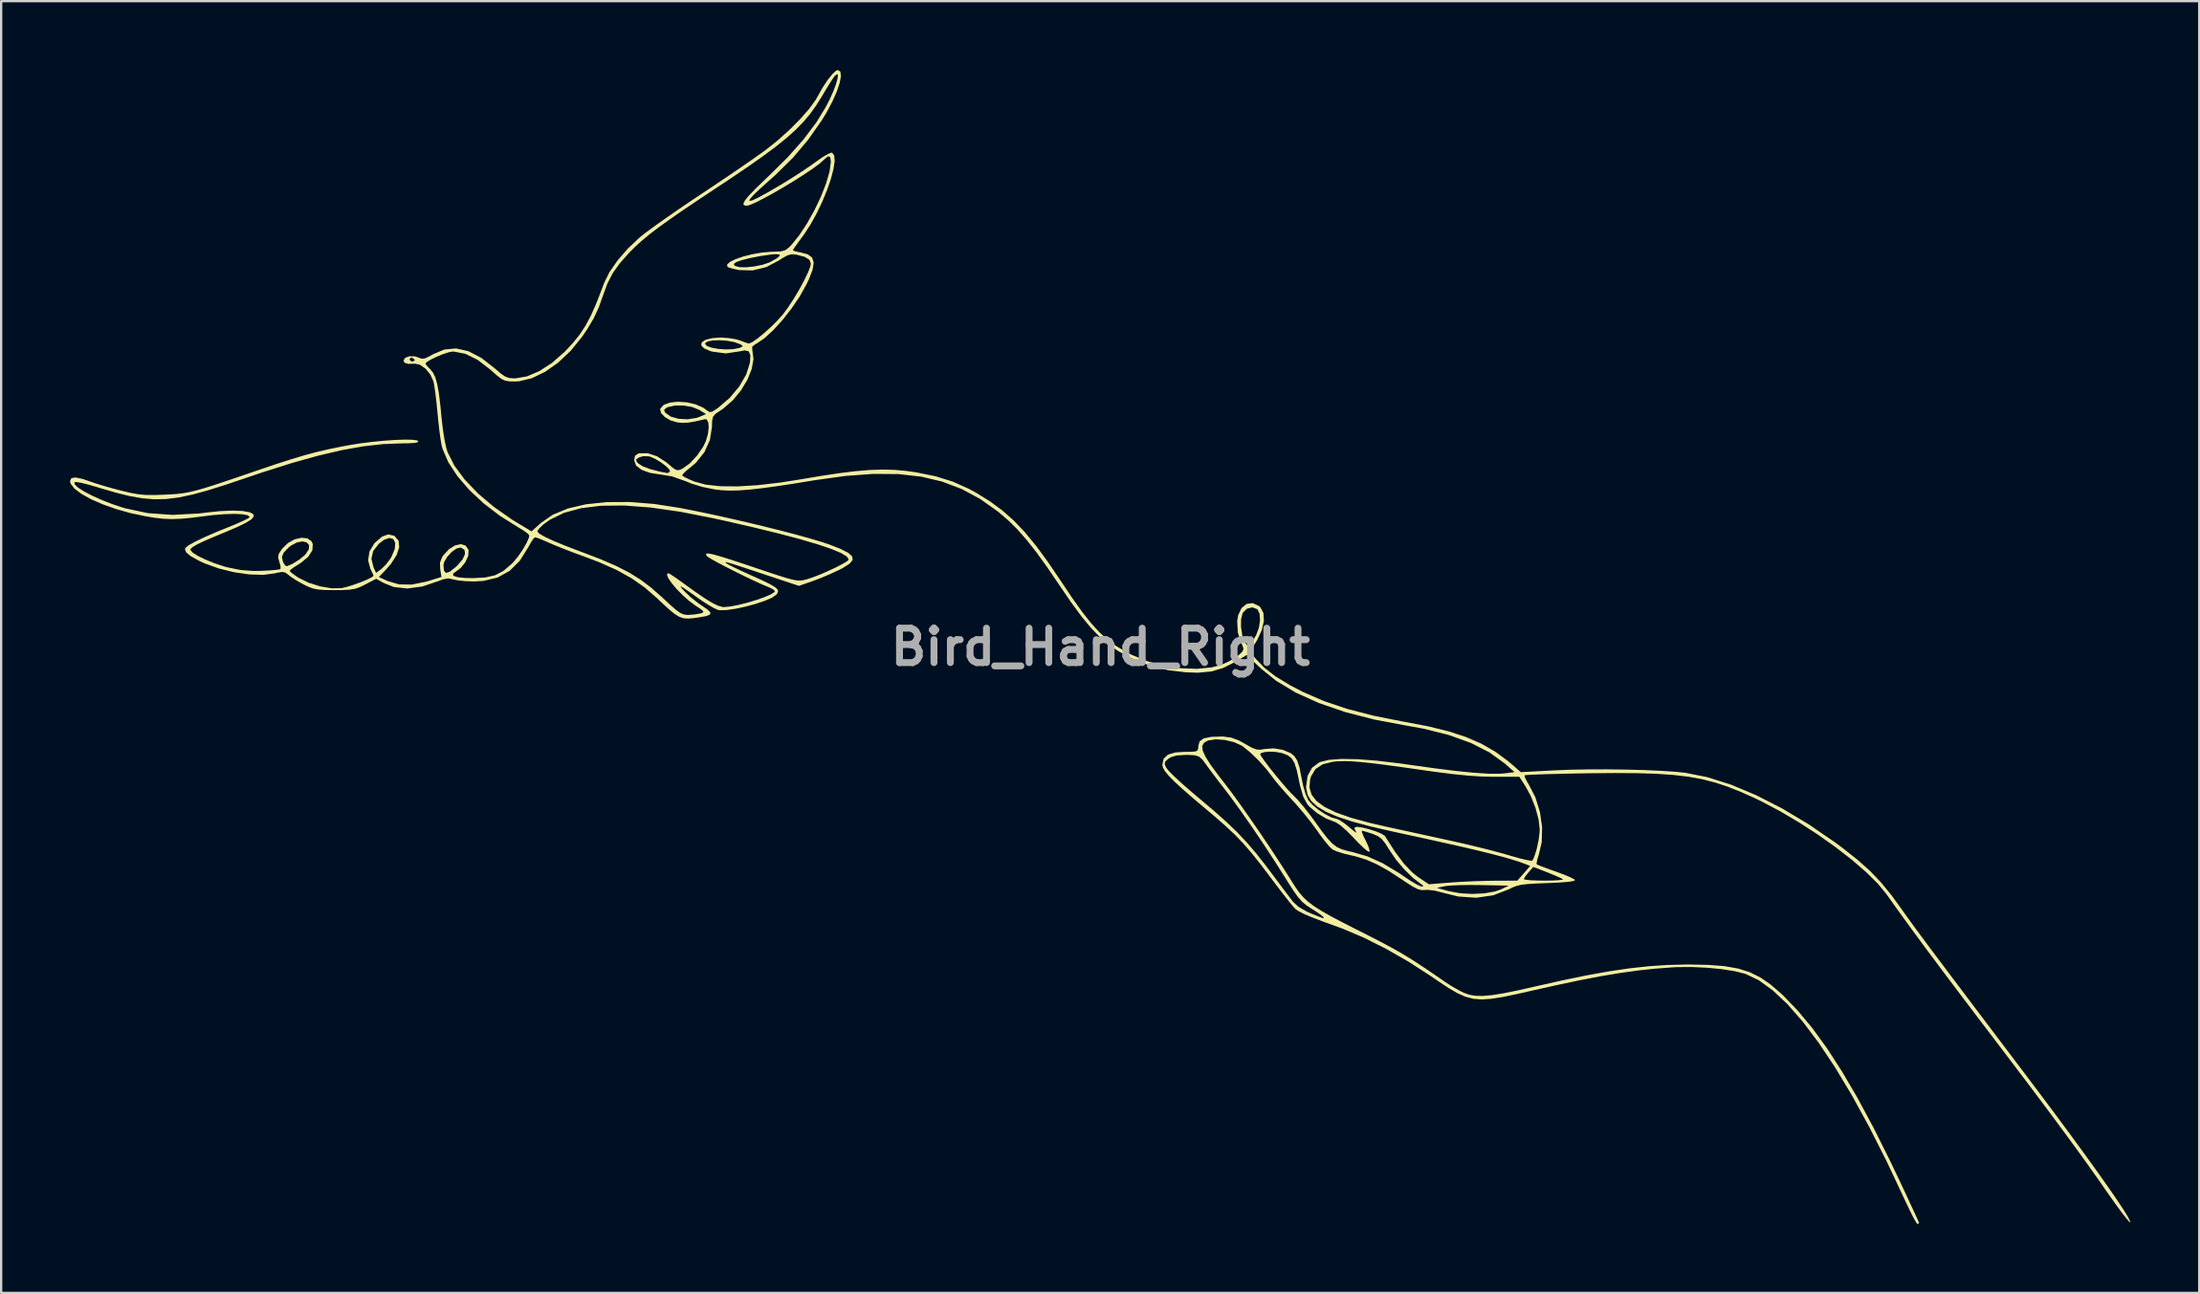
<source format=kicad_pcb>
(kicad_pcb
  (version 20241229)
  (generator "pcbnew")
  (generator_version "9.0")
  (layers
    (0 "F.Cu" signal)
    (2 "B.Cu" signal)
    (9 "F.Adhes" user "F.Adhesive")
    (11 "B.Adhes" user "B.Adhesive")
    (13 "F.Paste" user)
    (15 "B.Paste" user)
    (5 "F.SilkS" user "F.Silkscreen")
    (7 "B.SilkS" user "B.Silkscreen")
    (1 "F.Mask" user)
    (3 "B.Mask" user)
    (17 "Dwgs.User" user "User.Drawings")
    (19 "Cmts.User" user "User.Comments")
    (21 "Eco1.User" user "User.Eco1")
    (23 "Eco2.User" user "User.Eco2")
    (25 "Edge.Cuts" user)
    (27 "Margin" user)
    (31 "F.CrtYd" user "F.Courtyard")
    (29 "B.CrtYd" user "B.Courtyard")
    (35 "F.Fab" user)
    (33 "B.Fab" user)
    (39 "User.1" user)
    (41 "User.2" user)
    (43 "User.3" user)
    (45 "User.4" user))
  (footprint "Bird_Hand_Right"
    (layer "F.Cu")
    (at 44.885 25.139)
    (property "Reference" "Bird_Hand_Right" (at 0 0 0) (layer "F.Fab") (effects (font (size 1.5 1.5) (thickness 0.3))))
    (attr board_only exclude_from_pos_files exclude_from_bom)
    (fp_poly (pts (xy -11.328 -25.069) (xy -11.303 -24.875) (xy -11.357 -24.579) (xy -11.483 -24.203) (xy -11.673 -23.771) (xy -11.921 -23.304) (xy -12.136 -22.95) (xy -12.735 -22.096) (xy -13.388 -21.323) (xy -14.145 -20.576) (xy -14.413 -20.336) (xy -14.835 -19.959) (xy -15.123 -19.683) (xy -15.276 -19.508) (xy -15.292 -19.433) (xy -15.169 -19.457) (xy -14.906 -19.58) (xy -14.501 -19.801) (xy -13.954 -20.12) (xy -13.933 -20.132) (xy -13.497 -20.399) (xy -13.051 -20.685) (xy -12.652 -20.954) (xy -12.386 -21.145) (xy -12.107 -21.341) (xy -11.869 -21.48) (xy -11.714 -21.539) (xy -11.688 -21.537) (xy -11.594 -21.413) (xy -11.577 -21.163) (xy -11.63 -20.813) (xy -11.743 -20.385) (xy -11.908 -19.907) (xy -12.117 -19.401) (xy -12.36 -18.893) (xy -12.628 -18.408) (xy -12.913 -17.97) (xy -12.991 -17.864) (xy -13.183 -17.605) (xy -13.326 -17.403) (xy -13.394 -17.295) (xy -13.396 -17.288) (xy -13.319 -17.249) (xy -13.129 -17.204) (xy -13.063 -17.192) (xy -12.749 -17.109) (xy -12.559 -16.968) (xy -12.489 -16.752) (xy -12.536 -16.443) (xy -12.697 -16.024) (xy -12.81 -15.788) (xy -13.1 -15.271) (xy -13.454 -14.749) (xy -13.845 -14.251) (xy -14.245 -13.81) (xy -14.629 -13.458) (xy -14.969 -13.224) (xy -15.024 -13.197) (xy -15.167 -13.091) (xy -15.165 -12.938) (xy -15.161 -12.925) (xy -15.112 -12.549) (xy -15.19 -12.11) (xy -15.379 -11.642) (xy -15.659 -11.177) (xy -16.014 -10.749) (xy -16.425 -10.391) (xy -16.549 -10.307) (xy -16.759 -10.166) (xy -16.87 -10.041) (xy -16.913 -9.87) (xy -16.922 -9.589) (xy -16.922 -9.582) (xy -17.01 -9.022) (xy -17.249 -8.491) (xy -17.619 -8.028) (xy -17.848 -7.834) (xy -18.06 -7.663) (xy -18.192 -7.528) (xy -18.216 -7.469) (xy -18.12 -7.405) (xy -17.91 -7.304) (xy -17.678 -7.206) (xy -17.195 -7.075) (xy -16.565 -7.006) (xy -15.803 -6.998) (xy -14.925 -7.052) (xy -13.944 -7.166) (xy -13.178 -7.286) (xy -12.203 -7.45) (xy -11.371 -7.575) (xy -10.657 -7.662) (xy -10.035 -7.714) (xy -9.479 -7.732) (xy -8.964 -7.718) (xy -8.465 -7.673) (xy -8.026 -7.611) (xy -7.17 -7.437) (xy -6.422 -7.203) (xy -5.722 -6.889) (xy -5.387 -6.705) (xy -4.802 -6.34) (xy -4.272 -5.95) (xy -3.775 -5.511) (xy -3.29 -5.002) (xy -2.796 -4.401) (xy -2.271 -3.685) (xy -1.715 -2.863) (xy -1.222 -2.129) (xy -0.793 -1.528) (xy -0.406 -1.039) (xy -0.043 -0.641) (xy 0.316 -0.315) (xy 0.691 -0.04) (xy 1.102 0.205) (xy 1.375 0.346) (xy 2.039 0.618) (xy 2.76 0.812) (xy 3.498 0.924) (xy 4.208 0.951) (xy 4.85 0.887) (xy 5.269 0.773) (xy 5.59 0.629) (xy 5.885 0.458) (xy 6.023 0.355) (xy 6.186 0.196) (xy 6.235 0.079) (xy 6.189 -0.067) (xy 6.155 -0.135) (xy 5.987 -0.627) (xy 5.973 -0.867) (xy 6.125 -0.867) (xy 6.182 -0.499) (xy 6.27 -0.236) (xy 6.372 -0.091) (xy 6.488 -0.093) (xy 6.63 -0.251) (xy 6.791 -0.534) (xy 6.906 -0.848) (xy 6.953 -1.175) (xy 6.932 -1.459) (xy 6.839 -1.644) (xy 6.833 -1.649) (xy 6.618 -1.729) (xy 6.387 -1.672) (xy 6.206 -1.496) (xy 6.196 -1.479) (xy 6.128 -1.217) (xy 6.125 -0.867) (xy 5.973 -0.867) (xy 5.957 -1.133) (xy 6.001 -1.389) (xy 6.149 -1.698) (xy 6.37 -1.877) (xy 6.63 -1.913) (xy 6.896 -1.794) (xy 6.969 -1.73) (xy 7.102 -1.48) (xy 7.121 -1.136) (xy 7.028 -0.734) (xy 6.829 -0.306) (xy 6.793 -0.247) (xy 6.515 0.2) (xy 6.766 0.513) (xy 7.138 0.9) (xy 7.628 1.279) (xy 8.257 1.662) (xy 8.829 1.96) (xy 9.73 2.352) (xy 10.741 2.693) (xy 11.881 2.989) (xy 13.171 3.246) (xy 13.265 3.262) (xy 14.293 3.458) (xy 15.173 3.675) (xy 15.933 3.923) (xy 16.597 4.213) (xy 17.193 4.555) (xy 17.747 4.961) (xy 18.003 5.178) (xy 18.311 5.451) (xy 19.789 5.372) (xy 20.48 5.345) (xy 21.251 5.331) (xy 22.065 5.329) (xy 22.887 5.339) (xy 23.68 5.36) (xy 24.406 5.392) (xy 25.03 5.433) (xy 25.487 5.48) (xy 26.444 5.671) (xy 27.477 5.999) (xy 28.567 6.456) (xy 29.697 7.033) (xy 30.849 7.721) (xy 32.003 8.512) (xy 32.314 8.743) (xy 32.97 9.26) (xy 33.517 9.747) (xy 33.999 10.251) (xy 34.462 10.817) (xy 34.883 11.395) (xy 35.016 11.584) (xy 35.162 11.788) (xy 35.327 12.016) (xy 35.518 12.279) (xy 35.744 12.584) (xy 36.011 12.944) (xy 36.327 13.366) (xy 36.699 13.861) (xy 37.133 14.438) (xy 37.638 15.108) (xy 38.22 15.88) (xy 38.888 16.763) (xy 39.647 17.767) (xy 40.322 18.659) (xy 41.073 19.656) (xy 41.774 20.596) (xy 42.418 21.469) (xy 43.001 22.269) (xy 43.516 22.986) (xy 43.957 23.611) (xy 44.318 24.137) (xy 44.593 24.554) (xy 44.775 24.855) (xy 44.86 25.031) (xy 44.865 25.069) (xy 44.809 25.03) (xy 44.67 24.868) (xy 44.464 24.6) (xy 44.206 24.248) (xy 43.911 23.831) (xy 43.846 23.738) (xy 43.454 23.176) (xy 43.048 22.602) (xy 42.616 22.002) (xy 42.148 21.36) (xy 41.632 20.66) (xy 41.058 19.889) (xy 40.413 19.031) (xy 39.687 18.071) (xy 38.869 16.994) (xy 38.58 16.614) (xy 37.613 15.34) (xy 36.751 14.196) (xy 35.988 13.174) (xy 35.321 12.268) (xy 34.744 11.473) (xy 34.253 10.783) (xy 34.244 10.77) (xy 33.871 10.315) (xy 33.361 9.81) (xy 32.738 9.273) (xy 32.028 8.721) (xy 31.254 8.172) (xy 30.439 7.644) (xy 29.609 7.154) (xy 28.788 6.72) (xy 28.497 6.58) (xy 27.895 6.31) (xy 27.33 6.086) (xy 26.777 5.903) (xy 26.213 5.759) (xy 25.615 5.65) (xy 24.959 5.572) (xy 24.22 5.522) (xy 23.377 5.496) (xy 22.404 5.49) (xy 21.42 5.498) (xy 20.728 5.509) (xy 20.092 5.522) (xy 19.533 5.536) (xy 19.072 5.551) (xy 18.73 5.566) (xy 18.526 5.579) (xy 18.478 5.588) (xy 18.492 5.683) (xy 18.584 5.867) (xy 18.653 5.978) (xy 18.948 6.547) (xy 19.147 7.19) (xy 19.241 7.857) (xy 19.224 8.5) (xy 19.1 9.038) (xy 19.027 9.273) (xy 18.998 9.432) (xy 19.005 9.465) (xy 19.101 9.511) (xy 19.323 9.598) (xy 19.635 9.712) (xy 19.85 9.787) (xy 20.195 9.915) (xy 20.472 10.031) (xy 20.644 10.121) (xy 20.68 10.154) (xy 20.609 10.194) (xy 20.377 10.23) (xy 19.994 10.26) (xy 19.475 10.284) (xy 19.467 10.284) (xy 18.964 10.304) (xy 18.598 10.327) (xy 18.331 10.359) (xy 18.125 10.408) (xy 17.945 10.478) (xy 17.789 10.556) (xy 17.107 10.818) (xy 16.367 10.923) (xy 15.582 10.869) (xy 14.886 10.696) (xy 14.568 10.615) (xy 14.272 10.579) (xy 14.14 10.585) (xy 13.984 10.59) (xy 13.811 10.542) (xy 13.717 10.493) (xy 14.657 10.493) (xy 15.179 10.636) (xy 15.661 10.726) (xy 16.194 10.757) (xy 16.72 10.732) (xy 17.18 10.652) (xy 17.441 10.561) (xy 17.789 10.395) (xy 16.567 10.371) (xy 16.09 10.367) (xy 15.647 10.374) (xy 15.28 10.39) (xy 15.034 10.414) (xy 15.001 10.42) (xy 14.657 10.493) (xy 13.717 10.493) (xy 13.585 10.424) (xy 13.268 10.22) (xy 13.17 10.153) (xy 12.571 9.761) (xy 12.055 9.472) (xy 11.584 9.265) (xy 11.117 9.121) (xy 10.928 9.078) (xy 10.59 8.996) (xy 10.297 8.904) (xy 10.112 8.822) (xy 10.111 8.821) (xy 9.975 8.694) (xy 9.779 8.461) (xy 9.556 8.164) (xy 9.459 8.024) (xy 9.19 7.657) (xy 8.853 7.235) (xy 8.504 6.828) (xy 8.347 6.657) (xy 8.054 6.337) (xy 7.785 6.029) (xy 7.576 5.775) (xy 7.486 5.654) (xy 7.22 5.308) (xy 6.887 4.939) (xy 6.606 4.666) (xy 6.959 4.666) (xy 7.012 4.769) (xy 7.154 4.972) (xy 7.358 5.242) (xy 7.601 5.547) (xy 7.855 5.855) (xy 8.095 6.135) (xy 8.296 6.355) (xy 8.395 6.452) (xy 8.596 6.658) (xy 8.856 6.963) (xy 9.136 7.32) (xy 9.33 7.585) (xy 9.648 8.026) (xy 9.898 8.346) (xy 10.109 8.569) (xy 10.311 8.719) (xy 10.533 8.819) (xy 10.803 8.894) (xy 10.967 8.929) (xy 11.626 9.118) (xy 12.298 9.42) (xy 13.017 9.852) (xy 13.253 10.014) (xy 13.546 10.208) (xy 13.798 10.354) (xy 13.967 10.429) (xy 13.997 10.433) (xy 14.074 10.413) (xy 14.003 10.348) (xy 13.966 10.325) (xy 13.618 10.061) (xy 13.241 9.693) (xy 12.884 9.274) (xy 12.6 8.86) (xy 12.406 8.551) (xy 12.247 8.356) (xy 12.08 8.234) (xy 11.863 8.143) (xy 11.852 8.139) (xy 11.606 8.059) (xy 11.431 8.01) (xy 11.389 8.003) (xy 11.392 8.071) (xy 11.464 8.249) (xy 11.556 8.432) (xy 11.67 8.677) (xy 11.726 8.86) (xy 11.719 8.925) (xy 11.638 8.893) (xy 11.468 8.754) (xy 11.238 8.532) (xy 11.048 8.332) (xy 10.735 8.014) (xy 10.46 7.773) (xy 10.253 7.635) (xy 10.201 7.615) (xy 9.825 7.469) (xy 9.434 7.232) (xy 9.106 6.955) (xy 9.007 6.841) (xy 8.836 6.52) (xy 8.695 6.041) (xy 8.65 5.821) (xy 8.554 5.367) (xy 8.453 5.052) (xy 8.326 4.845) (xy 8.153 4.713) (xy 7.913 4.622) (xy 7.888 4.615) (xy 7.633 4.569) (xy 7.361 4.559) (xy 7.126 4.58) (xy 6.981 4.63) (xy 6.959 4.666) (xy 6.606 4.666) (xy 6.538 4.6) (xy 6.222 4.342) (xy 6.158 4.298) (xy 5.823 4.145) (xy 5.42 4.049) (xy 5.02 4.021) (xy 4.693 4.072) (xy 4.676 4.078) (xy 4.513 4.173) (xy 4.437 4.309) (xy 4.454 4.502) (xy 4.57 4.766) (xy 4.79 5.116) (xy 5.121 5.567) (xy 5.392 5.915) (xy 5.698 6.316) (xy 6.072 6.831) (xy 6.492 7.427) (xy 6.935 8.069) (xy 7.378 8.726) (xy 7.797 9.363) (xy 8.171 9.946) (xy 8.307 10.165) (xy 8.487 10.45) (xy 8.658 10.691) (xy 8.839 10.903) (xy 9.05 11.099) (xy 9.31 11.294) (xy 9.64 11.503) (xy 10.06 11.74) (xy 10.59 12.019) (xy 11.248 12.354) (xy 11.526 12.494) (xy 12.156 12.816) (xy 12.693 13.102) (xy 13.178 13.379) (xy 13.654 13.672) (xy 14.166 14.008) (xy 14.756 14.411) (xy 15.026 14.599) (xy 15.342 14.801) (xy 15.679 14.99) (xy 15.832 15.064) (xy 16.069 15.148) (xy 16.338 15.195) (xy 16.66 15.201) (xy 17.06 15.165) (xy 17.56 15.085) (xy 18.182 14.959) (xy 18.876 14.803) (xy 20.105 14.526) (xy 21.195 14.302) (xy 22.174 14.126) (xy 23.068 13.995) (xy 23.903 13.905) (xy 24.706 13.852) (xy 25.503 13.832) (xy 25.636 13.831) (xy 26.478 13.848) (xy 27.18 13.902) (xy 27.772 14.005) (xy 28.285 14.166) (xy 28.749 14.396) (xy 29.197 14.705) (xy 29.658 15.104) (xy 29.753 15.193) (xy 30.388 15.853) (xy 31.023 16.618) (xy 31.663 17.5) (xy 32.314 18.508) (xy 32.983 19.65) (xy 33.675 20.938) (xy 34.397 22.382) (xy 34.759 23.139) (xy 35.01 23.672) (xy 35.234 24.152) (xy 35.421 24.556) (xy 35.562 24.863) (xy 35.645 25.05) (xy 35.664 25.099) (xy 35.599 25.139) (xy 35.592 25.139) (xy 35.532 25.064) (xy 35.416 24.859) (xy 35.26 24.551) (xy 35.079 24.17) (xy 35.014 24.03) (xy 34.243 22.393) (xy 33.482 20.892) (xy 32.735 19.531) (xy 32.003 18.313) (xy 31.29 17.244) (xy 30.598 16.325) (xy 29.93 15.562) (xy 29.288 14.957) (xy 28.676 14.515) (xy 28.097 14.24) (xy 28.092 14.239) (xy 27.646 14.125) (xy 27.076 14.035) (xy 26.43 13.972) (xy 25.758 13.94) (xy 25.109 13.945) (xy 24.926 13.955) (xy 24.175 14.012) (xy 23.422 14.092) (xy 22.638 14.201) (xy 21.795 14.342) (xy 20.865 14.521) (xy 19.819 14.742) (xy 18.867 14.955) (xy 18.12 15.124) (xy 17.513 15.249) (xy 17.018 15.327) (xy 16.604 15.354) (xy 16.243 15.325) (xy 15.905 15.237) (xy 15.561 15.085) (xy 15.182 14.865) (xy 14.738 14.573) (xy 14.375 14.324) (xy 13.421 13.708) (xy 12.437 13.145) (xy 11.467 12.659) (xy 10.557 12.272) (xy 10.351 12.197) (xy 9.717 11.968) (xy 9.232 11.782) (xy 8.877 11.632) (xy 8.636 11.51) (xy 8.491 11.41) (xy 8.385 11.293) (xy 8.197 11.063) (xy 7.948 10.747) (xy 7.661 10.371) (xy 7.45 10.09) (xy 6.993 9.487) (xy 6.599 8.992) (xy 6.236 8.571) (xy 5.869 8.188) (xy 5.465 7.807) (xy 4.992 7.392) (xy 4.654 7.107) (xy 4.058 6.605) (xy 3.589 6.197) (xy 3.232 5.869) (xy 2.977 5.61) (xy 2.811 5.407) (xy 2.722 5.248) (xy 2.697 5.127) (xy 2.7 5.113) (xy 2.802 5.113) (xy 2.874 5.271) (xy 2.98 5.401) (xy 3.197 5.619) (xy 3.503 5.902) (xy 3.872 6.227) (xy 4.262 6.558) (xy 4.926 7.118) (xy 5.478 7.609) (xy 5.952 8.063) (xy 6.376 8.512) (xy 6.784 8.988) (xy 7.205 9.523) (xy 7.403 9.786) (xy 7.696 10.178) (xy 7.969 10.542) (xy 8.198 10.846) (xy 8.356 11.055) (xy 8.391 11.101) (xy 8.635 11.322) (xy 9.002 11.532) (xy 9.15 11.597) (xy 9.461 11.724) (xy 9.641 11.794) (xy 9.721 11.817) (xy 9.732 11.8) (xy 9.706 11.755) (xy 9.612 11.674) (xy 9.413 11.536) (xy 9.179 11.388) (xy 8.966 11.249) (xy 8.786 11.096) (xy 8.611 10.898) (xy 8.413 10.622) (xy 8.166 10.237) (xy 8.076 10.093) (xy 7.592 9.329) (xy 7.078 8.544) (xy 6.559 7.777) (xy 6.06 7.066) (xy 5.609 6.448) (xy 5.4 6.176) (xy 5.136 5.835) (xy 4.89 5.51) (xy 4.695 5.247) (xy 4.612 5.132) (xy 4.445 4.906) (xy 4.3 4.776) (xy 4.119 4.717) (xy 3.844 4.701) (xy 3.697 4.701) (xy 3.319 4.725) (xy 3.06 4.803) (xy 2.961 4.866) (xy 2.818 4.995) (xy 2.802 5.113) (xy 2.7 5.113) (xy 2.756 4.864) (xy 2.943 4.688) (xy 3.269 4.592) (xy 3.663 4.567) (xy 3.978 4.564) (xy 4.157 4.545) (xy 4.239 4.496) (xy 4.261 4.401) (xy 4.262 4.331) (xy 4.318 4.115) (xy 4.498 3.981) (xy 4.821 3.915) (xy 4.871 3.911) (xy 5.331 3.898) (xy 5.692 3.945) (xy 6.026 4.068) (xy 6.298 4.217) (xy 6.584 4.38) (xy 6.786 4.461) (xy 6.961 4.475) (xy 7.138 4.445) (xy 7.54 4.413) (xy 7.946 4.478) (xy 8.291 4.624) (xy 8.442 4.745) (xy 8.57 4.942) (xy 8.671 5.243) (xy 8.753 5.659) (xy 8.832 6.045) (xy 8.936 6.397) (xy 9.043 6.649) (xy 9.052 6.663) (xy 9.226 6.865) (xy 9.489 7.083) (xy 9.787 7.281) (xy 10.068 7.426) (xy 10.274 7.48) (xy 10.409 7.535) (xy 10.622 7.676) (xy 10.839 7.85) (xy 11.034 8.012) (xy 11.144 8.091) (xy 11.148 8.07) (xy 11.144 8.065) (xy 11.072 7.922) (xy 11.083 7.851) (xy 11.203 7.834) (xy 11.431 7.869) (xy 11.715 7.94) (xy 12.004 8.033) (xy 12.245 8.133) (xy 12.385 8.223) (xy 12.396 8.236) (xy 12.83 8.916) (xy 13.225 9.442) (xy 13.591 9.826) (xy 13.834 10.017) (xy 14.309 10.336) (xy 15.223 10.262) (xy 15.719 10.229) (xy 16.3 10.202) (xy 16.872 10.186) (xy 17.149 10.182) (xy 18.162 10.177) (xy 18.219 10.112) (xy 18.444 10.112) (xy 18.524 10.139) (xy 18.741 10.161) (xy 19.059 10.174) (xy 19.325 10.177) (xy 19.686 10.172) (xy 19.964 10.158) (xy 20.126 10.137) (xy 20.151 10.119) (xy 20.047 10.061) (xy 19.824 9.962) (xy 19.528 9.841) (xy 19.475 9.82) (xy 18.858 9.58) (xy 18.652 9.813) (xy 18.515 9.985) (xy 18.446 10.103) (xy 18.444 10.112) (xy 18.219 10.112) (xy 18.443 9.857) (xy 18.724 9.537) (xy 18.517 9.457) (xy 18.24 9.356) (xy 17.907 9.251) (xy 17.505 9.136) (xy 17.02 9.009) (xy 16.437 8.865) (xy 15.741 8.702) (xy 14.919 8.517) (xy 13.956 8.304) (xy 12.838 8.062) (xy 12.766 8.046) (xy 11.8 7.825) (xy 10.996 7.611) (xy 10.343 7.397) (xy 9.83 7.179) (xy 9.447 6.95) (xy 9.182 6.704) (xy 9.024 6.437) (xy 8.962 6.142) (xy 8.961 6.122) (xy 9.108 6.122) (xy 9.198 6.429) (xy 9.413 6.708) (xy 9.76 6.964) (xy 10.249 7.203) (xy 10.888 7.43) (xy 11.686 7.65) (xy 12.4 7.816) (xy 12.905 7.926) (xy 13.52 8.06) (xy 14.187 8.205) (xy 14.847 8.349) (xy 15.251 8.437) (xy 15.844 8.571) (xy 16.454 8.717) (xy 17.031 8.862) (xy 17.526 8.995) (xy 17.817 9.079) (xy 18.195 9.188) (xy 18.513 9.267) (xy 18.732 9.308) (xy 18.815 9.305) (xy 18.875 9.194) (xy 18.954 8.97) (xy 19.01 8.777) (xy 19.083 8.433) (xy 19.129 8.088) (xy 19.136 7.945) (xy 19.086 7.505) (xy 18.948 6.996) (xy 18.745 6.487) (xy 18.528 6.089) (xy 18.249 5.654) (xy 17.148 5.654) (xy 16.616 5.642) (xy 16.031 5.604) (xy 15.36 5.537) (xy 14.572 5.437) (xy 14.004 5.357) (xy 13.131 5.232) (xy 12.409 5.134) (xy 11.818 5.06) (xy 11.338 5.01) (xy 10.949 4.98) (xy 10.63 4.97) (xy 10.361 4.977) (xy 10.132 4.998) (xy 9.681 5.109) (xy 9.368 5.316) (xy 9.177 5.633) (xy 9.134 5.782) (xy 9.108 6.122) (xy 8.961 6.122) (xy 8.96 6.074) (xy 9.025 5.613) (xy 9.218 5.26) (xy 9.533 5.027) (xy 9.577 5.008) (xy 9.958 4.915) (xy 10.5 4.875) (xy 11.196 4.887) (xy 12.043 4.952) (xy 13.033 5.069) (xy 13.439 5.127) (xy 14.549 5.282) (xy 15.492 5.399) (xy 16.275 5.477) (xy 16.901 5.518) (xy 17.374 5.521) (xy 17.582 5.506) (xy 18.042 5.452) (xy 17.611 5.072) (xy 16.95 4.592) (xy 16.135 4.178) (xy 15.172 3.831) (xy 14.07 3.556) (xy 13.356 3.428) (xy 11.942 3.163) (xy 10.657 2.832) (xy 9.509 2.437) (xy 8.505 1.983) (xy 7.653 1.47) (xy 6.994 0.937) (xy 6.372 0.347) (xy 5.879 0.644) (xy 5.359 0.908) (xy 4.837 1.063) (xy 4.256 1.119) (xy 3.748 1.103) (xy 2.956 1.012) (xy 2.247 0.842) (xy 1.541 0.571) (xy 1.253 0.436) (xy 0.798 0.19) (xy 0.382 -0.09) (xy -0.015 -0.425) (xy -0.412 -0.835) (xy -0.829 -1.34) (xy -1.285 -1.96) (xy -1.787 -2.696) (xy -2.317 -3.475) (xy -2.785 -4.124) (xy -3.211 -4.665) (xy -3.613 -5.121) (xy -4.01 -5.515) (xy -4.423 -5.869) (xy -4.461 -5.9) (xy -5.234 -6.448) (xy -6.038 -6.883) (xy -6.891 -7.207) (xy -7.809 -7.424) (xy -8.808 -7.535) (xy -9.904 -7.543) (xy -11.114 -7.453) (xy -12.439 -7.268) (xy -13.365 -7.117) (xy -14.14 -7) (xy -14.787 -6.913) (xy -15.327 -6.854) (xy -15.779 -6.822) (xy -16.164 -6.816) (xy -16.505 -6.831) (xy -16.788 -6.864) (xy -17.324 -6.971) (xy -17.824 -7.124) (xy -18.05 -7.218) (xy -18.656 -7.433) (xy -19.116 -7.509) (xy -19.613 -7.585) (xy -19.989 -7.72) (xy -20.227 -7.907) (xy -20.311 -8.135) (xy -20.311 -8.138) (xy -20.304 -8.175) (xy -20.224 -8.175) (xy -20.206 -8.083) (xy -20.14 -8.006) (xy -19.946 -7.878) (xy -19.61 -7.751) (xy -19.167 -7.637) (xy -18.859 -7.578) (xy -18.764 -7.629) (xy -18.75 -7.647) (xy -18.784 -7.741) (xy -18.928 -7.884) (xy -19.141 -8.044) (xy -19.379 -8.189) (xy -19.599 -8.29) (xy -19.665 -8.308) (xy -19.913 -8.315) (xy -20.096 -8.263) (xy -20.224 -8.175) (xy -20.304 -8.175) (xy -20.273 -8.335) (xy -20.129 -8.43) (xy -20.094 -8.439) (xy -19.724 -8.446) (xy -19.315 -8.31) (xy -18.906 -8.047) (xy -18.837 -7.988) (xy -18.616 -7.8) (xy -18.472 -7.712) (xy -18.355 -7.708) (xy -18.212 -7.769) (xy -18.199 -7.775) (xy -17.883 -8.004) (xy -17.569 -8.34) (xy -17.307 -8.723) (xy -17.186 -8.976) (xy -17.097 -9.285) (xy -17.064 -9.573) (xy -17.085 -9.798) (xy -17.158 -9.92) (xy -17.223 -9.927) (xy -17.645 -9.829) (xy -17.953 -9.777) (xy -18.2 -9.765) (xy -18.43 -9.787) (xy -18.725 -9.873) (xy -18.974 -10.018) (xy -19.139 -10.192) (xy -19.174 -10.341) (xy -19.005 -10.341) (xy -18.973 -10.234) (xy -18.95 -10.205) (xy -18.714 -10.039) (xy -18.372 -9.943) (xy -17.979 -9.922) (xy -17.594 -9.983) (xy -17.441 -10.037) (xy -17.18 -10.15) (xy -17.484 -10.337) (xy -17.787 -10.459) (xy -18.164 -10.521) (xy -18.542 -10.52) (xy -18.848 -10.451) (xy -18.887 -10.432) (xy -19.005 -10.341) (xy -19.174 -10.341) (xy -19.179 -10.362) (xy -19.173 -10.384) (xy -19.023 -10.55) (xy -18.754 -10.65) (xy -18.406 -10.687) (xy -18.022 -10.661) (xy -17.641 -10.575) (xy -17.306 -10.43) (xy -17.132 -10.304) (xy -17.03 -10.238) (xy -16.915 -10.253) (xy -16.736 -10.362) (xy -16.65 -10.423) (xy -16.146 -10.858) (xy -15.732 -11.352) (xy -15.432 -11.869) (xy -15.271 -12.374) (xy -15.265 -12.409) (xy -15.248 -12.716) (xy -15.318 -12.882) (xy -15.492 -12.924) (xy -15.711 -12.882) (xy -16.316 -12.792) (xy -16.911 -12.87) (xy -16.983 -12.89) (xy -17.267 -13.012) (xy -17.391 -13.145) (xy -17.378 -13.212) (xy -17.223 -13.212) (xy -17.144 -13.118) (xy -16.937 -13.042) (xy -16.648 -12.989) (xy -16.321 -12.966) (xy -16.004 -12.977) (xy -15.74 -13.027) (xy -15.703 -13.04) (xy -15.581 -13.097) (xy -15.613 -13.149) (xy -15.703 -13.197) (xy -15.951 -13.286) (xy -16.259 -13.343) (xy -16.585 -13.366) (xy -16.883 -13.356) (xy -17.109 -13.313) (xy -17.219 -13.234) (xy -17.223 -13.212) (xy -17.378 -13.212) (xy -17.365 -13.274) (xy -17.202 -13.384) (xy -16.912 -13.458) (xy -16.551 -13.483) (xy -16.2 -13.462) (xy -15.868 -13.407) (xy -15.688 -13.352) (xy -15.471 -13.268) (xy -15.326 -13.224) (xy -15.31 -13.222) (xy -15.169 -13.281) (xy -14.942 -13.438) (xy -14.663 -13.665) (xy -14.364 -13.933) (xy -14.079 -14.214) (xy -13.84 -14.48) (xy -13.829 -14.493) (xy -13.599 -14.805) (xy -13.354 -15.18) (xy -13.115 -15.582) (xy -12.902 -15.976) (xy -12.735 -16.323) (xy -12.634 -16.589) (xy -12.613 -16.702) (xy -12.676 -16.871) (xy -12.877 -16.997) (xy -13.233 -17.092) (xy -13.236 -17.093) (xy -13.438 -17.112) (xy -13.621 -17.07) (xy -13.847 -16.946) (xy -13.997 -16.846) (xy -14.558 -16.551) (xy -15.152 -16.407) (xy -15.74 -16.423) (xy -15.77 -16.428) (xy -16.026 -16.486) (xy -16.206 -16.544) (xy -16.249 -16.568) (xy -16.259 -16.67) (xy -16.238 -16.688) (xy -15.972 -16.688) (xy -15.926 -16.613) (xy -15.908 -16.6) (xy -15.722 -16.549) (xy -15.425 -16.545) (xy -15.074 -16.582) (xy -14.722 -16.653) (xy -14.426 -16.753) (xy -14.378 -16.776) (xy -14.087 -16.94) (xy -13.961 -17.05) (xy -14 -17.108) (xy -14.205 -17.114) (xy -14.363 -17.099) (xy -14.822 -17.031) (xy -15.256 -16.947) (xy -15.616 -16.857) (xy -15.855 -16.773) (xy -15.865 -16.768) (xy -15.972 -16.688) (xy -16.238 -16.688) (xy -16.127 -16.785) (xy -15.881 -16.903) (xy -15.552 -17.016) (xy -15.168 -17.112) (xy -14.76 -17.184) (xy -14.357 -17.22) (xy -14.222 -17.223) (xy -13.925 -17.235) (xy -13.732 -17.286) (xy -13.57 -17.405) (xy -13.471 -17.506) (xy -13.122 -17.935) (xy -12.778 -18.457) (xy -12.456 -19.033) (xy -12.173 -19.626) (xy -11.949 -20.199) (xy -11.799 -20.715) (xy -11.743 -21.135) (xy -11.743 -21.147) (xy -11.77 -21.345) (xy -11.858 -21.383) (xy -12.012 -21.262) (xy -12.046 -21.226) (xy -12.23 -21.063) (xy -12.525 -20.845) (xy -12.902 -20.591) (xy -13.333 -20.317) (xy -13.789 -20.041) (xy -14.241 -19.779) (xy -14.659 -19.55) (xy -15.015 -19.369) (xy -15.28 -19.256) (xy -15.41 -19.224) (xy -15.525 -19.246) (xy -15.553 -19.318) (xy -15.486 -19.454) (xy -15.316 -19.663) (xy -15.033 -19.957) (xy -14.63 -20.349) (xy -14.436 -20.532) (xy -13.609 -21.351) (xy -12.926 -22.122) (xy -12.371 -22.861) (xy -11.974 -23.507) (xy -11.79 -23.863) (xy -11.638 -24.203) (xy -11.524 -24.507) (xy -11.453 -24.749) (xy -11.431 -24.909) (xy -11.466 -24.964) (xy -11.563 -24.89) (xy -11.613 -24.828) (xy -11.715 -24.677) (xy -11.875 -24.423) (xy -12.063 -24.111) (xy -12.125 -24.005) (xy -12.371 -23.61) (xy -12.633 -23.242) (xy -12.928 -22.89) (xy -13.27 -22.538) (xy -13.676 -22.174) (xy -14.162 -21.783) (xy -14.743 -21.353) (xy -15.435 -20.869) (xy -16.253 -20.317) (xy -16.701 -20.021) (xy -17.517 -19.48) (xy -18.201 -19.019) (xy -18.772 -18.624) (xy -19.245 -18.282) (xy -19.638 -17.982) (xy -19.968 -17.71) (xy -20.251 -17.454) (xy -20.505 -17.201) (xy -20.536 -17.169) (xy -20.946 -16.707) (xy -21.246 -16.284) (xy -21.473 -15.843) (xy -21.652 -15.359) (xy -21.853 -14.794) (xy -22.077 -14.312) (xy -22.363 -13.833) (xy -22.582 -13.513) (xy -23.076 -12.904) (xy -23.622 -12.39) (xy -24.194 -11.987) (xy -24.768 -11.711) (xy -25.32 -11.579) (xy -25.499 -11.569) (xy -25.748 -11.574) (xy -25.931 -11.605) (xy -26.097 -11.684) (xy -26.294 -11.836) (xy -26.571 -12.082) (xy -26.572 -12.083) (xy -27.126 -12.51) (xy -27.662 -12.775) (xy -28.172 -12.873) (xy -28.212 -12.874) (xy -28.393 -12.841) (xy -28.646 -12.757) (xy -28.922 -12.643) (xy -29.173 -12.521) (xy -29.348 -12.413) (xy -29.401 -12.349) (xy -29.344 -12.259) (xy -29.205 -12.111) (xy -29.19 -12.097) (xy -29.069 -11.949) (xy -28.97 -11.741) (xy -28.888 -11.45) (xy -28.817 -11.05) (xy -28.752 -10.519) (xy -28.703 -10.011) (xy -28.645 -9.499) (xy -28.571 -9.03) (xy -28.49 -8.655) (xy -28.438 -8.489) (xy -28.142 -7.904) (xy -27.695 -7.299) (xy -27.116 -6.694) (xy -26.425 -6.108) (xy -25.64 -5.559) (xy -25.402 -5.412) (xy -24.779 -5.04) (xy -24.365 -5.412) (xy -23.848 -5.767) (xy -23.193 -6.037) (xy -22.411 -6.219) (xy -21.517 -6.314) (xy -20.523 -6.319) (xy -19.443 -6.234) (xy -18.29 -6.056) (xy -18.259 -6.049) (xy -17.469 -5.892) (xy -16.629 -5.713) (xy -15.768 -5.519) (xy -14.913 -5.317) (xy -14.094 -5.115) (xy -13.339 -4.92) (xy -12.676 -4.737) (xy -12.134 -4.575) (xy -11.824 -4.472) (xy -11.322 -4.276) (xy -10.985 -4.104) (xy -10.811 -3.946) (xy -10.794 -3.791) (xy -10.929 -3.628) (xy -11.214 -3.447) (xy -11.373 -3.364) (xy -11.773 -3.179) (xy -12.218 -2.992) (xy -12.547 -2.868) (xy -13.134 -2.665) (xy -14.548 -3.135) (xy -15.145 -3.334) (xy -15.597 -3.483) (xy -15.921 -3.589) (xy -16.137 -3.656) (xy -16.264 -3.69) (xy -16.321 -3.697) (xy -16.327 -3.683) (xy -16.301 -3.653) (xy -16.299 -3.651) (xy -16.191 -3.586) (xy -15.958 -3.468) (xy -15.632 -3.313) (xy -15.248 -3.138) (xy -15.219 -3.125) (xy -14.733 -2.905) (xy -14.39 -2.738) (xy -14.171 -2.609) (xy -14.06 -2.504) (xy -14.039 -2.411) (xy -14.089 -2.315) (xy -14.123 -2.275) (xy -14.31 -2.147) (xy -14.626 -2.011) (xy -15.026 -1.877) (xy -15.466 -1.758) (xy -15.901 -1.666) (xy -16.287 -1.61) (xy -16.58 -1.604) (xy -16.654 -1.616) (xy -16.83 -1.693) (xy -17.097 -1.846) (xy -17.406 -2.048) (xy -17.52 -2.129) (xy -17.895 -2.395) (xy -18.141 -2.564) (xy -18.269 -2.639) (xy -18.289 -2.626) (xy -18.214 -2.531) (xy -18.093 -2.4) (xy -17.831 -2.157) (xy -17.516 -1.909) (xy -17.376 -1.813) (xy -17.114 -1.634) (xy -16.988 -1.506) (xy -17.005 -1.415) (xy -17.175 -1.347) (xy -17.505 -1.289) (xy -17.716 -1.26) (xy -17.957 -1.239) (xy -18.159 -1.253) (xy -18.352 -1.319) (xy -18.566 -1.455) (xy -18.831 -1.676) (xy -19.179 -1.998) (xy -19.311 -2.124) (xy -19.849 -2.593) (xy -20.427 -2.998) (xy -21.082 -3.361) (xy -21.848 -3.702) (xy -22.529 -3.959) (xy -22.974 -4.122) (xy -23.426 -4.296) (xy -23.819 -4.456) (xy -23.999 -4.534) (xy -24.285 -4.659) (xy -24.51 -4.748) (xy -24.626 -4.784) (xy -24.628 -4.784) (xy -24.704 -4.713) (xy -24.824 -4.529) (xy -24.92 -4.353) (xy -25.294 -3.756) (xy -25.737 -3.317) (xy -26.26 -3.027) (xy -26.875 -2.88) (xy -27.285 -2.857) (xy -27.646 -2.869) (xy -27.968 -2.899) (xy -28.187 -2.943) (xy -28.204 -2.948) (xy -28.409 -2.991) (xy -28.638 -2.949) (xy -28.813 -2.881) (xy -29.534 -2.638) (xy -30.193 -2.549) (xy -30.782 -2.615) (xy -31.224 -2.792) (xy -31.549 -2.974) (xy -32.019 -2.727) (xy -32.256 -2.611) (xy -32.467 -2.538) (xy -32.705 -2.498) (xy -33.023 -2.482) (xy -33.359 -2.479) (xy -33.778 -2.484) (xy -34.076 -2.505) (xy -34.307 -2.552) (xy -34.524 -2.635) (xy -34.708 -2.725) (xy -34.998 -2.887) (xy -35.249 -3.048) (xy -35.37 -3.142) (xy -35.5 -3.242) (xy -35.639 -3.272) (xy -35.853 -3.238) (xy -35.965 -3.21) (xy -36.471 -3.144) (xy -37.078 -3.163) (xy -37.737 -3.258) (xy -38.403 -3.422) (xy -39.027 -3.647) (xy -39.28 -3.765) (xy -39.635 -3.965) (xy -39.83 -4.131) (xy -39.877 -4.27) (xy -39.856 -4.319) (xy -39.721 -4.431) (xy -39.434 -4.591) (xy -39.008 -4.794) (xy -38.456 -5.032) (xy -37.991 -5.22) (xy -37.623 -5.372) (xy -37.323 -5.506) (xy -37.124 -5.608) (xy -37.056 -5.661) (xy -37.138 -5.737) (xy -37.366 -5.783) (xy -37.715 -5.801) (xy -38.161 -5.788) (xy -38.678 -5.745) (xy -38.97 -5.709) (xy -39.575 -5.633) (xy -40.056 -5.588) (xy -40.461 -5.574) (xy -40.836 -5.59) (xy -41.231 -5.636) (xy -41.59 -5.695) (xy -42.245 -5.833) (xy -42.875 -6.011) (xy -43.457 -6.216) (xy -43.969 -6.44) (xy -44.388 -6.672) (xy -44.692 -6.901) (xy -44.859 -7.117) (xy -44.885 -7.228) (xy -44.826 -7.357) (xy -44.644 -7.388) (xy -44.33 -7.322) (xy -44.046 -7.224) (xy -43.765 -7.128) (xy -43.377 -7.01) (xy -42.944 -6.888) (xy -42.698 -6.824) (xy -42.262 -6.719) (xy -41.908 -6.655) (xy -41.568 -6.625) (xy -41.175 -6.623) (xy -40.797 -6.636) (xy -40.489 -6.651) (xy -40.218 -6.67) (xy -39.962 -6.701) (xy -39.697 -6.749) (xy -39.401 -6.819) (xy -39.051 -6.917) (xy -38.625 -7.05) (xy -38.1 -7.224) (xy -37.454 -7.443) (xy -36.752 -7.684) (xy -35.948 -7.956) (xy -35.269 -8.175) (xy -34.675 -8.353) (xy -34.129 -8.499) (xy -33.592 -8.624) (xy -33.026 -8.739) (xy -32.75 -8.791) (xy -32.256 -8.871) (xy -31.734 -8.937) (xy -31.215 -8.988) (xy -30.729 -9.022) (xy -30.305 -9.037) (xy -29.974 -9.031) (xy -29.767 -9.002) (xy -29.714 -8.972) (xy -29.737 -8.922) (xy -29.892 -8.89) (xy -30.195 -8.875) (xy -30.441 -8.873) (xy -31.251 -8.841) (xy -32.117 -8.743) (xy -33.056 -8.575) (xy -34.087 -8.334) (xy -35.225 -8.015) (xy -36.488 -7.615) (xy -37.148 -7.392) (xy -38.072 -7.08) (xy -38.862 -6.831) (xy -39.544 -6.644) (xy -40.145 -6.517) (xy -40.692 -6.448) (xy -41.212 -6.436) (xy -41.732 -6.479) (xy -42.278 -6.575) (xy -42.879 -6.723) (xy -43.559 -6.921) (xy -43.732 -6.974) (xy -44.102 -7.081) (xy -44.41 -7.156) (xy -44.618 -7.191) (xy -44.688 -7.185) (xy -44.682 -7.087) (xy -44.536 -6.947) (xy -44.273 -6.778) (xy -43.917 -6.592) (xy -43.493 -6.402) (xy -43.026 -6.22) (xy -42.539 -6.06) (xy -42.493 -6.047) (xy -41.495 -5.833) (xy -40.427 -5.757) (xy -39.273 -5.818) (xy -38.926 -5.86) (xy -38.34 -5.922) (xy -37.816 -5.945) (xy -37.382 -5.928) (xy -37.066 -5.874) (xy -36.905 -5.793) (xy -36.877 -5.691) (xy -36.984 -5.563) (xy -37.234 -5.406) (xy -37.636 -5.212) (xy -38.06 -5.032) (xy -38.635 -4.794) (xy -39.063 -4.608) (xy -39.361 -4.464) (xy -39.544 -4.356) (xy -39.63 -4.274) (xy -39.639 -4.221) (xy -39.531 -4.105) (xy -39.294 -3.959) (xy -38.964 -3.8) (xy -38.579 -3.646) (xy -38.175 -3.513) (xy -38.009 -3.468) (xy -37.445 -3.354) (xy -36.895 -3.314) (xy -36.533 -3.319) (xy -36.185 -3.338) (xy -35.907 -3.362) (xy -35.742 -3.388) (xy -35.717 -3.398) (xy -35.711 -3.505) (xy -35.762 -3.697) (xy -35.769 -3.717) (xy -35.821 -3.904) (xy -35.816 -3.932) (xy -35.654 -3.932) (xy -35.615 -3.731) (xy -35.574 -3.648) (xy -35.509 -3.546) (xy -35.429 -3.525) (xy -35.277 -3.586) (xy -35.161 -3.645) (xy -34.895 -3.81) (xy -34.662 -4.001) (xy -34.634 -4.029) (xy -34.482 -4.258) (xy -34.471 -4.438) (xy -34.572 -4.557) (xy -34.757 -4.601) (xy -34.997 -4.558) (xy -35.263 -4.416) (xy -35.351 -4.345) (xy -35.571 -4.121) (xy -35.654 -3.932) (xy -35.816 -3.932) (xy -35.793 -4.057) (xy -35.668 -4.251) (xy -35.638 -4.291) (xy -35.389 -4.533) (xy -35.099 -4.692) (xy -34.807 -4.761) (xy -34.55 -4.736) (xy -34.367 -4.609) (xy -34.31 -4.487) (xy -34.328 -4.215) (xy -34.505 -3.936) (xy -34.827 -3.666) (xy -34.937 -3.598) (xy -35.154 -3.461) (xy -35.291 -3.354) (xy -35.316 -3.319) (xy -35.249 -3.244) (xy -35.077 -3.115) (xy -34.941 -3.025) (xy -34.496 -2.803) (xy -33.986 -2.642) (xy -33.479 -2.558) (xy -33.065 -2.565) (xy -32.839 -2.616) (xy -32.551 -2.705) (xy -32.244 -2.815) (xy -31.964 -2.929) (xy -31.756 -3.03) (xy -31.664 -3.099) (xy -31.663 -3.104) (xy -31.699 -3.198) (xy -31.787 -3.38) (xy -31.803 -3.41) (xy -31.901 -3.778) (xy -31.89 -3.847) (xy -31.755 -3.847) (xy -31.664 -3.474) (xy -31.652 -3.446) (xy -31.553 -3.23) (xy -31.315 -3.406) (xy -31.119 -3.597) (xy -30.927 -3.854) (xy -30.886 -3.922) (xy -30.74 -4.269) (xy -30.718 -4.535) (xy -30.802 -4.703) (xy -30.973 -4.753) (xy -31.213 -4.667) (xy -31.434 -4.496) (xy -31.68 -4.181) (xy -31.755 -3.847) (xy -31.89 -3.847) (xy -31.842 -4.159) (xy -31.634 -4.51) (xy -31.601 -4.546) (xy -31.295 -4.809) (xy -31.024 -4.908) (xy -30.773 -4.85) (xy -30.738 -4.828) (xy -30.571 -4.627) (xy -30.545 -4.349) (xy -30.655 -4.012) (xy -30.896 -3.634) (xy -31.122 -3.373) (xy -31.432 -3.05) (xy -31.048 -2.875) (xy -30.55 -2.729) (xy -29.994 -2.721) (xy -29.357 -2.851) (xy -29.28 -2.874) (xy -28.705 -3.052) (xy -28.759 -3.39) (xy -28.766 -3.564) (xy -28.618 -3.564) (xy -28.594 -3.326) (xy -28.511 -3.228) (xy -28.357 -3.272) (xy -28.118 -3.456) (xy -28.006 -3.56) (xy -27.78 -3.825) (xy -27.677 -4.059) (xy -27.702 -4.237) (xy -27.859 -4.333) (xy -27.867 -4.335) (xy -28.047 -4.293) (xy -28.257 -4.143) (xy -28.453 -3.931) (xy -28.586 -3.706) (xy -28.618 -3.564) (xy -28.766 -3.564) (xy -28.77 -3.676) (xy -28.677 -3.914) (xy -28.622 -3.997) (xy -28.376 -4.263) (xy -28.111 -4.427) (xy -27.859 -4.482) (xy -27.654 -4.42) (xy -27.528 -4.236) (xy -27.523 -4.216) (xy -27.538 -3.973) (xy -27.664 -3.695) (xy -27.866 -3.444) (xy -28.052 -3.306) (xy -28.202 -3.192) (xy -28.184 -3.104) (xy -27.999 -3.042) (xy -27.651 -3.008) (xy -27.331 -3.002) (xy -26.792 -3.031) (xy -26.367 -3.129) (xy -26.005 -3.317) (xy -25.653 -3.617) (xy -25.561 -3.711) (xy -25.358 -3.958) (xy -25.159 -4.25) (xy -24.994 -4.539) (xy -24.894 -4.774) (xy -24.878 -4.861) (xy -24.948 -4.944) (xy -25.079 -5.039) (xy -24.53 -5.039) (xy -24.448 -4.944) (xy -24.209 -4.804) (xy -23.82 -4.622) (xy -23.292 -4.405) (xy -22.634 -4.154) (xy -22.573 -4.132) (xy -21.768 -3.824) (xy -21.099 -3.535) (xy -20.534 -3.247) (xy -20.038 -2.939) (xy -19.578 -2.593) (xy -19.121 -2.191) (xy -19.091 -2.164) (xy -18.747 -1.844) (xy -18.497 -1.627) (xy -18.314 -1.493) (xy -18.167 -1.425) (xy -18.028 -1.401) (xy -17.943 -1.4) (xy -17.664 -1.422) (xy -17.426 -1.462) (xy -17.41 -1.467) (xy -17.308 -1.505) (xy -17.301 -1.558) (xy -17.407 -1.651) (xy -17.644 -1.809) (xy -17.646 -1.81) (xy -17.921 -2.013) (xy -18.197 -2.258) (xy -18.453 -2.519) (xy -18.666 -2.77) (xy -18.816 -2.987) (xy -18.882 -3.144) (xy -18.842 -3.216) (xy -18.821 -3.218) (xy -18.731 -3.17) (xy -18.537 -3.043) (xy -18.278 -2.86) (xy -18.191 -2.796) (xy -17.653 -2.408) (xy -17.23 -2.12) (xy -16.905 -1.921) (xy -16.658 -1.8) (xy -16.47 -1.746) (xy -16.398 -1.741) (xy -16.12 -1.767) (xy -15.769 -1.834) (xy -15.381 -1.931) (xy -14.995 -2.047) (xy -14.645 -2.169) (xy -14.371 -2.287) (xy -14.208 -2.388) (xy -14.179 -2.436) (xy -14.251 -2.508) (xy -14.429 -2.599) (xy -14.461 -2.612) (xy -14.742 -2.73) (xy -15.102 -2.895) (xy -15.509 -3.089) (xy -15.93 -3.296) (xy -16.334 -3.501) (xy -16.687 -3.687) (xy -16.957 -3.837) (xy -17.113 -3.936) (xy -17.134 -3.955) (xy -17.182 -4.032) (xy -17.161 -4.072) (xy -17.056 -4.073) (xy -16.853 -4.032) (xy -16.538 -3.943) (xy -16.098 -3.805) (xy -15.516 -3.614) (xy -15.066 -3.463) (xy -14.466 -3.261) (xy -14.006 -3.109) (xy -13.661 -3.003) (xy -13.408 -2.935) (xy -13.22 -2.901) (xy -13.075 -2.895) (xy -12.946 -2.912) (xy -12.811 -2.944) (xy -12.806 -2.946) (xy -12.537 -3.033) (xy -12.208 -3.161) (xy -11.856 -3.313) (xy -11.518 -3.472) (xy -11.231 -3.62) (xy -11.033 -3.739) (xy -10.96 -3.812) (xy -11.046 -3.943) (xy -11.303 -4.098) (xy -11.729 -4.276) (xy -12.322 -4.476) (xy -13.082 -4.699) (xy -14.006 -4.944) (xy -15.094 -5.209) (xy -16.343 -5.496) (xy -16.885 -5.615) (xy -18.31 -5.895) (xy -19.593 -6.078) (xy -20.737 -6.165) (xy -21.744 -6.156) (xy -22.618 -6.05) (xy -23.361 -5.848) (xy -23.976 -5.549) (xy -24.275 -5.331) (xy -24.44 -5.174) (xy -24.526 -5.055) (xy -24.53 -5.039) (xy -25.079 -5.039) (xy -25.132 -5.077) (xy -25.378 -5.227) (xy -26.161 -5.718) (xy -26.874 -6.265) (xy -27.498 -6.85) (xy -28.014 -7.451) (xy -28.406 -8.05) (xy -28.655 -8.628) (xy -28.703 -8.81) (xy -28.747 -9.07) (xy -28.798 -9.448) (xy -28.847 -9.889) (xy -28.882 -10.246) (xy -28.925 -10.682) (xy -28.973 -11.084) (xy -29.02 -11.404) (xy -29.054 -11.572) (xy -29.188 -11.869) (xy -29.396 -12.125) (xy -29.636 -12.296) (xy -29.846 -12.344) (xy -30.155 -12.336) (xy -30.318 -12.388) (xy -30.358 -12.481) (xy -30.33 -12.526) (xy -30.097 -12.526) (xy -30.026 -12.45) (xy -29.962 -12.439) (xy -29.872 -12.481) (xy -29.88 -12.526) (xy -29.991 -12.61) (xy -30.015 -12.613) (xy -30.095 -12.547) (xy -30.097 -12.526) (xy -30.33 -12.526) (xy -30.284 -12.601) (xy -30.103 -12.668) (xy -29.877 -12.668) (xy -29.705 -12.612) (xy -29.566 -12.56) (xy -29.423 -12.575) (xy -29.219 -12.671) (xy -29.081 -12.751) (xy -28.579 -12.962) (xy -28.065 -13.009) (xy -27.533 -12.889) (xy -26.976 -12.602) (xy -26.403 -12.158) (xy -26.132 -11.925) (xy -25.935 -11.788) (xy -25.762 -11.723) (xy -25.563 -11.706) (xy -25.478 -11.706) (xy -24.983 -11.79) (xy -24.446 -12.018) (xy -23.895 -12.374) (xy -23.358 -12.843) (xy -23.329 -12.871) (xy -22.979 -13.245) (xy -22.687 -13.607) (xy -22.433 -13.991) (xy -22.199 -14.431) (xy -21.964 -14.96) (xy -21.711 -15.612) (xy -21.618 -15.862) (xy -21.389 -16.329) (xy -21.035 -16.84) (xy -20.586 -17.358) (xy -20.072 -17.843) (xy -20.05 -17.862) (xy -19.813 -18.049) (xy -19.456 -18.312) (xy -19.006 -18.632) (xy -18.489 -18.991) (xy -17.933 -19.37) (xy -17.397 -19.728) (xy -16.816 -20.115) (xy -16.238 -20.504) (xy -15.693 -20.875) (xy -15.209 -21.209) (xy -14.816 -21.486) (xy -14.567 -21.666) (xy -14.044 -22.084) (xy -13.538 -22.54) (xy -13.076 -23.003) (xy -12.689 -23.444) (xy -12.406 -23.834) (xy -12.32 -23.984) (xy -12.109 -24.36) (xy -11.889 -24.694) (xy -11.682 -24.954) (xy -11.514 -25.109) (xy -11.438 -25.139)) (stroke (width 0) (type solid)) (fill yes) (layer "F.SilkS")))
  (gr_rect
    (start -3 -3)
    (end 92.75 53.278)
    (stroke (width 0.1) (type default))
    (fill no)
    (layer "Edge.Cuts")))
</source>
